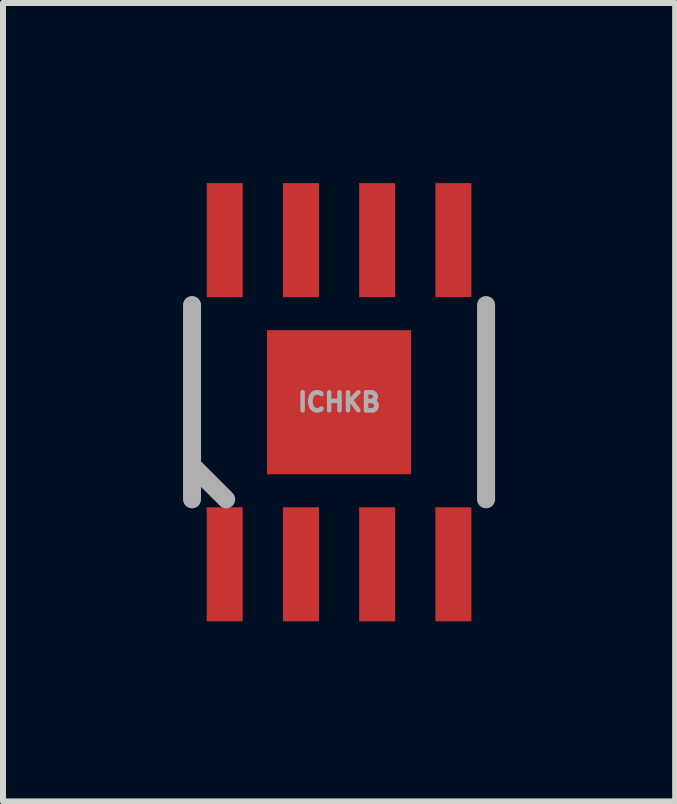
<source format=kicad_pcb>
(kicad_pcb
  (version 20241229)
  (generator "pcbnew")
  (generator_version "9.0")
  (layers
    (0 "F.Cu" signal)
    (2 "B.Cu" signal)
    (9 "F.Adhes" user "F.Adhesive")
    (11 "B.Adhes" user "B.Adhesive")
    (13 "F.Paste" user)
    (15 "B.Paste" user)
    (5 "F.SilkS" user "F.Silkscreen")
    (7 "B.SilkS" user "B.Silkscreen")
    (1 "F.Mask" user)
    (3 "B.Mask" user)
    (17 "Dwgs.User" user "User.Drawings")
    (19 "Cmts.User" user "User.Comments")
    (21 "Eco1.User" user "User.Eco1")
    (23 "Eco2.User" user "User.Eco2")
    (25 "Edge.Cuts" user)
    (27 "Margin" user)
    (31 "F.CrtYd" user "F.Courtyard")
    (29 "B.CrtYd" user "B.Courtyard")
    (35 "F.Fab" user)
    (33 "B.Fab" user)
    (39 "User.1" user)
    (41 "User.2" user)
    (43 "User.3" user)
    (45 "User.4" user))
  (footprint "ICHKB"
    (layer "F.Cu")
    (at 2.598 3.65)
    (property "Reference" "ICHKB" (at 0 0 0) (layer "F.Fab") (effects (font (size 0.3 0.3) (thickness 0.075))))
    (attr smd)
    (fp_line (start -2.449 -1.618) (end -2.449 1.618) (stroke (width 0.3) (type solid)) (layer "F.Fab"))
    (fp_line (start -2.449 1.049) (end -1.88 1.618) (stroke (width 0.3) (type solid)) (layer "F.Fab"))
    (fp_line (start 2.449 -1.618) (end 2.449 1.618) (stroke (width 0.3) (type solid)) (layer "F.Fab"))
    (pad "1" smd rect (at -1.905 2.7 180) (size 0.6 1.9) (layers "F.Cu" "F.Mask" "F.Paste"))
    (pad "2" smd rect (at -0.635 2.7 180) (size 0.6 1.9) (layers "F.Cu" "F.Mask" "F.Paste"))
    (pad "3" smd rect (at 0.635 2.7 180) (size 0.6 1.9) (layers "F.Cu" "F.Mask" "F.Paste"))
    (pad "4" smd rect (at 1.905 2.7 180) (size 0.6 1.9) (layers "F.Cu" "F.Mask" "F.Paste"))
    (pad "5" smd rect (at 1.905 -2.7) (size 0.6 1.9) (layers "F.Cu" "F.Mask" "F.Paste"))
    (pad "6" smd rect (at 0.635 -2.7) (size 0.6 1.9) (layers "F.Cu" "F.Mask" "F.Paste"))
    (pad "7" smd rect (at -0.635 -2.7) (size 0.6 1.9) (layers "F.Cu" "F.Mask" "F.Paste"))
    (pad "8" smd rect (at -1.905 -2.7) (size 0.6 1.9) (layers "F.Cu" "F.Mask" "F.Paste"))
    (pad "9" smd rect (at 0 0) (size 2.4 2.4) (layers "F.Cu" "F.Mask" "F.Paste")))
  (gr_rect
    (start -3 -3)
    (end 8.197 10.3)
    (stroke (width 0.1) (type default))
    (fill no)
    (layer "Edge.Cuts")))
</source>
